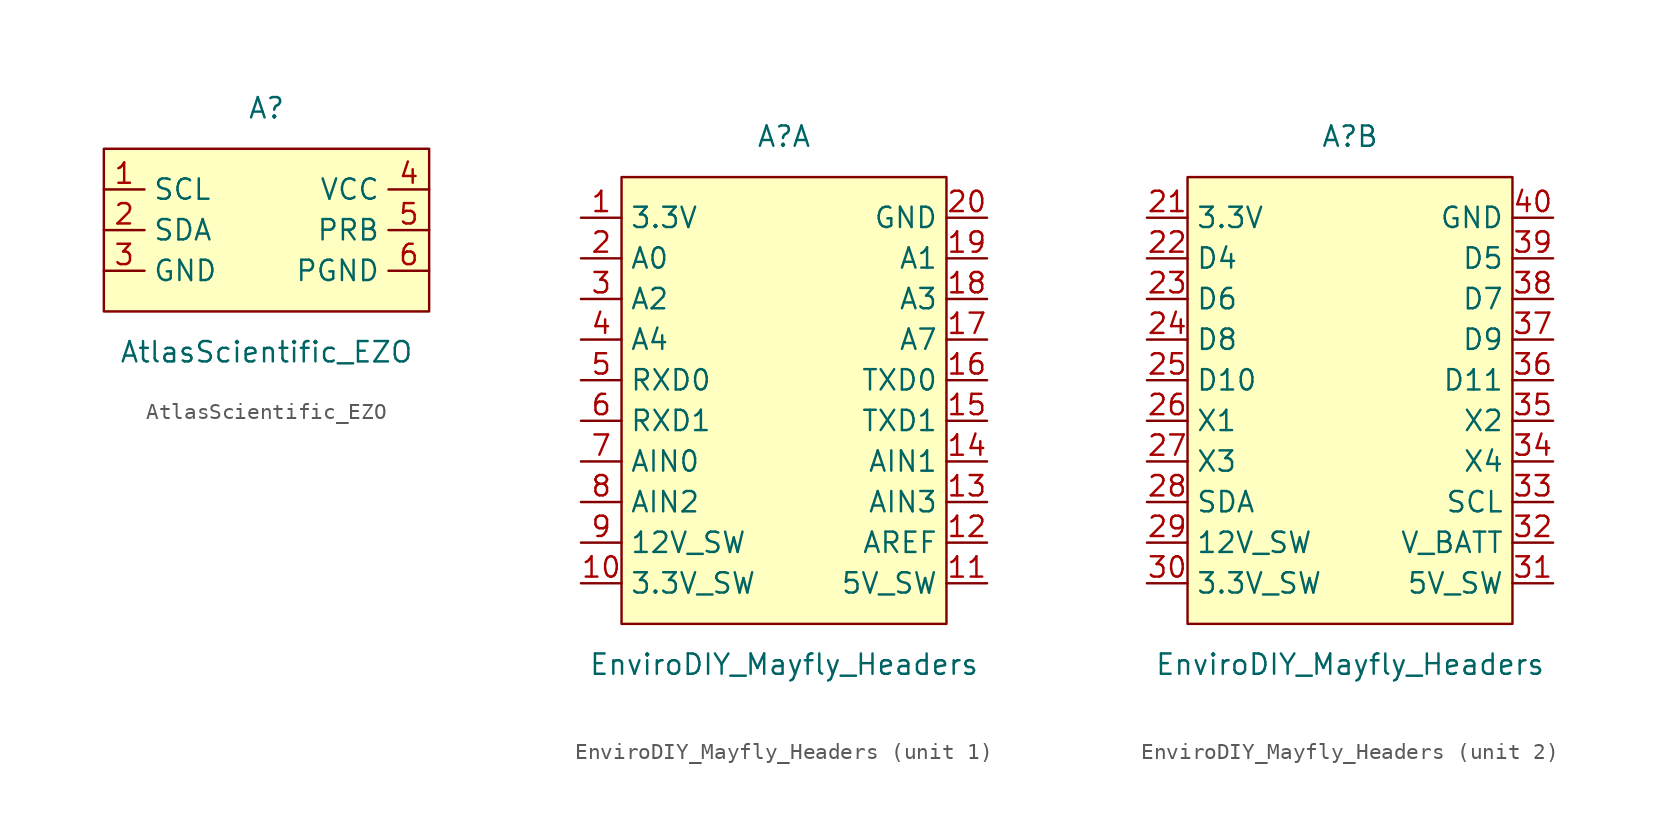
<source format=kicad_sym>
(kicad_symbol_lib
  (version 20211014)
  (generator kicad_symbol_editor)
  (symbol "AtlasScientific_EZO"
    (property "Reference" "A"
      (at 0 5.08 0)
      (effects (font (size 1.27 1.27))))
    (property "Value" "AtlasScientific_EZO"
      (at 0 -10.16 0)
      (effects (font (size 1.27 1.27))))
    (symbol "AtlasScientific_EZO_0_0"
      (pin passive line (at -10.16 0 0) (length 2.54) (name "SCL" (effects (font (size 1.27 1.27)))) (number "1" (effects (font (size 1.27 1.27)))))
      (pin passive line (at -10.16 -2.54 0) (length 2.54) (name "SDA" (effects (font (size 1.27 1.27)))) (number "2" (effects (font (size 1.27 1.27)))))
      (pin passive line (at -10.16 -5.08 0) (length 2.54) (name "GND" (effects (font (size 1.27 1.27)))) (number "3" (effects (font (size 1.27 1.27)))))
      (pin passive line (at 10.16 0 180) (length 2.54) (name "VCC" (effects (font (size 1.27 1.27)))) (number "4" (effects (font (size 1.27 1.27)))))
      (pin passive line (at 10.16 -2.54 180) (length 2.54) (name "PRB" (effects (font (size 1.27 1.27)))) (number "5" (effects (font (size 1.27 1.27)))))
      (pin passive line (at 10.16 -5.08 180) (length 2.54) (name "PGND" (effects (font (size 1.27 1.27)))) (number "6" (effects (font (size 1.27 1.27))))))
    (symbol "AtlasScientific_EZO_0_1"
      (rectangle (start -10.16 2.54) (end 10.16 -7.62) (stroke (width 0.152) (type default) (color 0 0 0 0)) (fill (type background)))))
  (symbol "EnviroDIY_Mayfly_Headers"
    (property "Reference" "A"
      (at 0 5.08 0)
      (effects (font (size 1.27 1.27))))
    (property "Value" "EnviroDIY_Mayfly_Headers"
      (at 0 -27.94 0)
      (effects (font (size 1.27 1.27))))
    (symbol "EnviroDIY_Mayfly_Headers_0_1"
      (rectangle (start -10.16 2.54) (end 10.16 -25.4) (stroke (width 0.152) (type default) (color 0 0 0 0)) (fill (type background))))
    (symbol "EnviroDIY_Mayfly_Headers_1_0"
      (pin passive line (at -12.7 0 0) (length 2.54) (name "3.3V" (effects (font (size 1.27 1.27)))) (number "1" (effects (font (size 1.27 1.27)))))
      (pin passive line (at -12.7 -22.86 0) (length 2.54) (name "3.3V_SW" (effects (font (size 1.27 1.27)))) (number "10" (effects (font (size 1.27 1.27)))))
      (pin passive line (at 12.7 -22.86 180) (length 2.54) (name "5V_SW" (effects (font (size 1.27 1.27)))) (number "11" (effects (font (size 1.27 1.27)))))
      (pin passive line (at 12.7 -20.32 180) (length 2.54) (name "AREF" (effects (font (size 1.27 1.27)))) (number "12" (effects (font (size 1.27 1.27)))))
      (pin passive line (at 12.7 -17.78 180) (length 2.54) (name "AIN3" (effects (font (size 1.27 1.27)))) (number "13" (effects (font (size 1.27 1.27)))))
      (pin passive line (at 12.7 -15.24 180) (length 2.54) (name "AIN1" (effects (font (size 1.27 1.27)))) (number "14" (effects (font (size 1.27 1.27)))))
      (pin passive line (at 12.7 -12.7 180) (length 2.54) (name "TXD1" (effects (font (size 1.27 1.27)))) (number "15" (effects (font (size 1.27 1.27)))))
      (pin passive line (at 12.7 -10.16 180) (length 2.54) (name "TXD0" (effects (font (size 1.27 1.27)))) (number "16" (effects (font (size 1.27 1.27)))))
      (pin passive line (at 12.7 -7.62 180) (length 2.54) (name "A7" (effects (font (size 1.27 1.27)))) (number "17" (effects (font (size 1.27 1.27)))))
      (pin passive line (at 12.7 -5.08 180) (length 2.54) (name "A3" (effects (font (size 1.27 1.27)))) (number "18" (effects (font (size 1.27 1.27)))))
      (pin passive line (at 12.7 -2.54 180) (length 2.54) (name "A1" (effects (font (size 1.27 1.27)))) (number "19" (effects (font (size 1.27 1.27)))))
      (pin passive line (at -12.7 -2.54 0) (length 2.54) (name "A0" (effects (font (size 1.27 1.27)))) (number "2" (effects (font (size 1.27 1.27)))))
      (pin passive line (at 12.7 0 180) (length 2.54) (name "GND" (effects (font (size 1.27 1.27)))) (number "20" (effects (font (size 1.27 1.27)))))
      (pin passive line (at -12.7 -5.08 0) (length 2.54) (name "A2" (effects (font (size 1.27 1.27)))) (number "3" (effects (font (size 1.27 1.27)))))
      (pin passive line (at -12.7 -7.62 0) (length 2.54) (name "A4" (effects (font (size 1.27 1.27)))) (number "4" (effects (font (size 1.27 1.27)))))
      (pin passive line (at -12.7 -10.16 0) (length 2.54) (name "RXD0" (effects (font (size 1.27 1.27)))) (number "5" (effects (font (size 1.27 1.27)))))
      (pin passive line (at -12.7 -12.7 0) (length 2.54) (name "RXD1" (effects (font (size 1.27 1.27)))) (number "6" (effects (font (size 1.27 1.27)))))
      (pin passive line (at -12.7 -15.24 0) (length 2.54) (name "AIN0" (effects (font (size 1.27 1.27)))) (number "7" (effects (font (size 1.27 1.27)))))
      (pin passive line (at -12.7 -17.78 0) (length 2.54) (name "AIN2" (effects (font (size 1.27 1.27)))) (number "8" (effects (font (size 1.27 1.27)))))
      (pin passive line (at -12.7 -20.32 0) (length 2.54) (name "12V_SW" (effects (font (size 1.27 1.27)))) (number "9" (effects (font (size 1.27 1.27))))))
    (symbol "EnviroDIY_Mayfly_Headers_2_0"
      (pin passive line (at -12.7 0 0) (length 2.54) (name "3.3V" (effects (font (size 1.27 1.27)))) (number "21" (effects (font (size 1.27 1.27)))))
      (pin passive line (at -12.7 -2.54 0) (length 2.54) (name "D4" (effects (font (size 1.27 1.27)))) (number "22" (effects (font (size 1.27 1.27)))))
      (pin passive line (at -12.7 -5.08 0) (length 2.54) (name "D6" (effects (font (size 1.27 1.27)))) (number "23" (effects (font (size 1.27 1.27)))))
      (pin passive line (at -12.7 -7.62 0) (length 2.54) (name "D8" (effects (font (size 1.27 1.27)))) (number "24" (effects (font (size 1.27 1.27)))))
      (pin passive line (at -12.7 -10.16 0) (length 2.54) (name "D10" (effects (font (size 1.27 1.27)))) (number "25" (effects (font (size 1.27 1.27)))))
      (pin passive line (at -12.7 -12.7 0) (length 2.54) (name "X1" (effects (font (size 1.27 1.27)))) (number "26" (effects (font (size 1.27 1.27)))))
      (pin passive line (at -12.7 -15.24 0) (length 2.54) (name "X3" (effects (font (size 1.27 1.27)))) (number "27" (effects (font (size 1.27 1.27)))))
      (pin passive line (at -12.7 -17.78 0) (length 2.54) (name "SDA" (effects (font (size 1.27 1.27)))) (number "28" (effects (font (size 1.27 1.27)))))
      (pin passive line (at -12.7 -20.32 0) (length 2.54) (name "12V_SW" (effects (font (size 1.27 1.27)))) (number "29" (effects (font (size 1.27 1.27)))))
      (pin passive line (at -12.7 -22.86 0) (length 2.54) (name "3.3V_SW" (effects (font (size 1.27 1.27)))) (number "30" (effects (font (size 1.27 1.27)))))
      (pin passive line (at 12.7 -22.86 180) (length 2.54) (name "5V_SW" (effects (font (size 1.27 1.27)))) (number "31" (effects (font (size 1.27 1.27)))))
      (pin passive line (at 12.7 -20.32 180) (length 2.54) (name "V_BATT" (effects (font (size 1.27 1.27)))) (number "32" (effects (font (size 1.27 1.27)))))
      (pin passive line (at 12.7 -17.78 180) (length 2.54) (name "SCL" (effects (font (size 1.27 1.27)))) (number "33" (effects (font (size 1.27 1.27)))))
      (pin passive line (at 12.7 -15.24 180) (length 2.54) (name "X4" (effects (font (size 1.27 1.27)))) (number "34" (effects (font (size 1.27 1.27)))))
      (pin passive line (at 12.7 -12.7 180) (length 2.54) (name "X2" (effects (font (size 1.27 1.27)))) (number "35" (effects (font (size 1.27 1.27)))))
      (pin passive line (at 12.7 -10.16 180) (length 2.54) (name "D11" (effects (font (size 1.27 1.27)))) (number "36" (effects (font (size 1.27 1.27)))))
      (pin passive line (at 12.7 -7.62 180) (length 2.54) (name "D9" (effects (font (size 1.27 1.27)))) (number "37" (effects (font (size 1.27 1.27)))))
      (pin passive line (at 12.7 -5.08 180) (length 2.54) (name "D7" (effects (font (size 1.27 1.27)))) (number "38" (effects (font (size 1.27 1.27)))))
      (pin passive line (at 12.7 -2.54 180) (length 2.54) (name "D5" (effects (font (size 1.27 1.27)))) (number "39" (effects (font (size 1.27 1.27)))))
      (pin passive line (at 12.7 0 180) (length 2.54) (name "GND" (effects (font (size 1.27 1.27)))) (number "40" (effects (font (size 1.27 1.27))))))))
</source>
